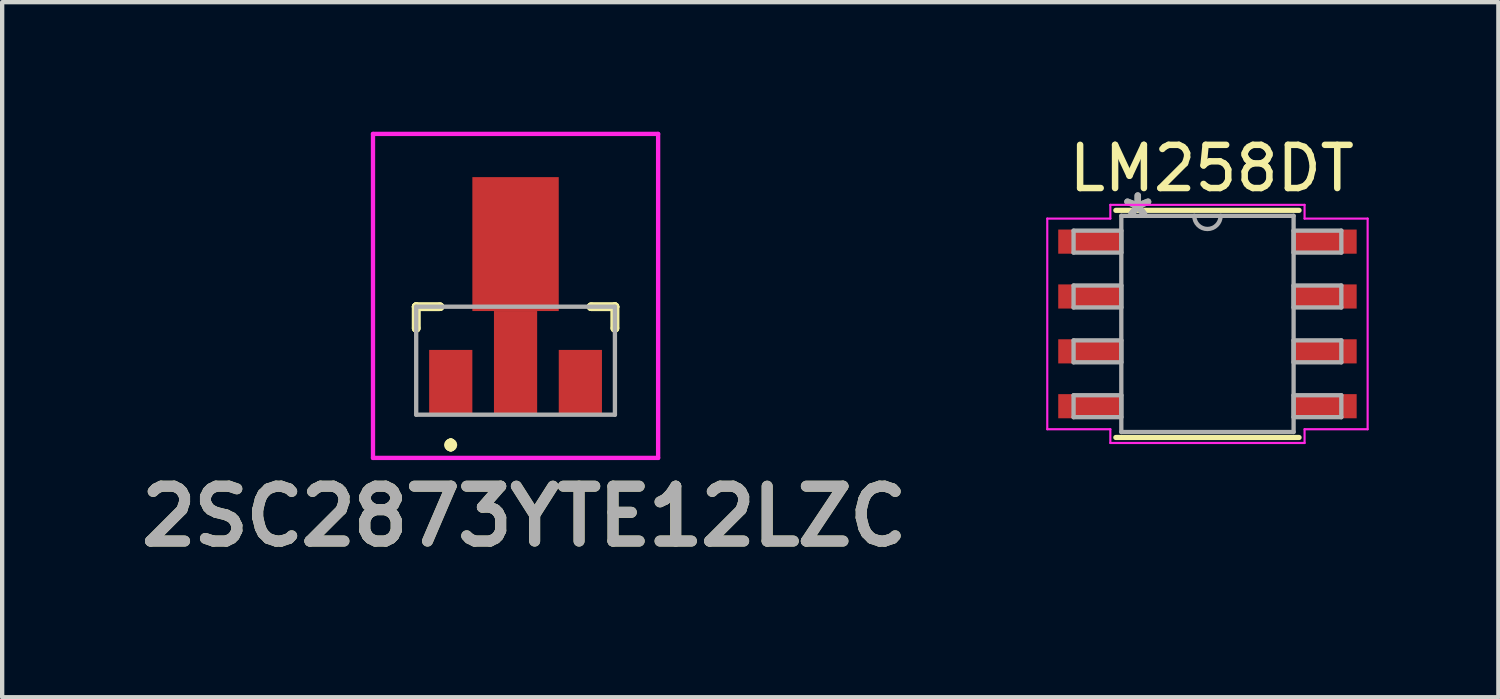
<source format=kicad_pcb>
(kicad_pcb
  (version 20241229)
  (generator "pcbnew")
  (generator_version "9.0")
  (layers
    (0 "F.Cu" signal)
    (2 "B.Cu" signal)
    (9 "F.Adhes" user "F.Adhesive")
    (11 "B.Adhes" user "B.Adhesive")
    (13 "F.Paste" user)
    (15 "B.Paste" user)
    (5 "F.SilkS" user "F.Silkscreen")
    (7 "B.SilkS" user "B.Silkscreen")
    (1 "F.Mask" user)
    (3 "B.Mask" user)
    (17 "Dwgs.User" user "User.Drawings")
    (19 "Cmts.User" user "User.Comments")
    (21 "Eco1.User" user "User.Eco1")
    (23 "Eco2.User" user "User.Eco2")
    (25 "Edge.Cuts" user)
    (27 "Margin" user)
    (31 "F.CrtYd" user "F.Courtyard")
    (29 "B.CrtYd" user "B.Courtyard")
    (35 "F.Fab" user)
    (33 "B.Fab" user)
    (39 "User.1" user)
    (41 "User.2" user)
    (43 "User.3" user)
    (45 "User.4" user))
  (footprint "LM258DT"
    (layer "F.Cu")
    (at 24.9 4.448)
    (property "Reference" "LM258DT" (at 0.1 -3.6 0) (layer "F.SilkS") (effects (font (size 1 1) (thickness 0.15))))
    (attr through_hole)
    (fp_line (start -2.121 2.629) (end 2.121 2.629) (stroke (width 0.12) (type solid)) (layer "F.SilkS"))
    (fp_line (start 2.121 -2.629) (end -2.121 -2.629) (stroke (width 0.12) (type solid)) (layer "F.SilkS"))
    (fp_line (start -3.708 -2.438) (end -2.248 -2.438) (stroke (width 0.05) (type solid)) (layer "F.CrtYd"))
    (fp_line (start -3.708 2.438) (end -3.708 -2.438) (stroke (width 0.05) (type solid)) (layer "F.CrtYd"))
    (fp_line (start -2.248 -2.756) (end 2.248 -2.756) (stroke (width 0.05) (type solid)) (layer "F.CrtYd"))
    (fp_line (start -2.248 -2.438) (end -2.248 -2.756) (stroke (width 0.05) (type solid)) (layer "F.CrtYd"))
    (fp_line (start -2.248 2.438) (end -3.708 2.438) (stroke (width 0.05) (type solid)) (layer "F.CrtYd"))
    (fp_line (start -2.248 2.756) (end -2.248 2.438) (stroke (width 0.05) (type solid)) (layer "F.CrtYd"))
    (fp_line (start 2.248 -2.756) (end 2.248 -2.438) (stroke (width 0.05) (type solid)) (layer "F.CrtYd"))
    (fp_line (start 2.248 -2.438) (end 3.708 -2.438) (stroke (width 0.05) (type solid)) (layer "F.CrtYd"))
    (fp_line (start 2.248 2.438) (end 2.248 2.756) (stroke (width 0.05) (type solid)) (layer "F.CrtYd"))
    (fp_line (start 2.248 2.756) (end -2.248 2.756) (stroke (width 0.05) (type solid)) (layer "F.CrtYd"))
    (fp_line (start 3.708 -2.438) (end 3.708 2.438) (stroke (width 0.05) (type solid)) (layer "F.CrtYd"))
    (fp_line (start 3.708 2.438) (end 2.248 2.438) (stroke (width 0.05) (type solid)) (layer "F.CrtYd"))
    (fp_line (start -3.099 -2.159) (end -3.099 -1.651) (stroke (width 0.1) (type solid)) (layer "F.Fab"))
    (fp_line (start -3.099 -1.651) (end -1.994 -1.651) (stroke (width 0.1) (type solid)) (layer "F.Fab"))
    (fp_line (start -3.099 -0.889) (end -3.099 -0.381) (stroke (width 0.1) (type solid)) (layer "F.Fab"))
    (fp_line (start -3.099 -0.381) (end -1.994 -0.381) (stroke (width 0.1) (type solid)) (layer "F.Fab"))
    (fp_line (start -3.099 0.381) (end -3.099 0.889) (stroke (width 0.1) (type solid)) (layer "F.Fab"))
    (fp_line (start -3.099 0.889) (end -1.994 0.889) (stroke (width 0.1) (type solid)) (layer "F.Fab"))
    (fp_line (start -3.099 1.651) (end -3.099 2.159) (stroke (width 0.1) (type solid)) (layer "F.Fab"))
    (fp_line (start -3.099 2.159) (end -1.994 2.159) (stroke (width 0.1) (type solid)) (layer "F.Fab"))
    (fp_line (start -1.994 -2.502) (end -1.994 2.502) (stroke (width 0.1) (type solid)) (layer "F.Fab"))
    (fp_line (start -1.994 -2.159) (end -3.099 -2.159) (stroke (width 0.1) (type solid)) (layer "F.Fab"))
    (fp_line (start -1.994 -1.651) (end -1.994 -2.159) (stroke (width 0.1) (type solid)) (layer "F.Fab"))
    (fp_line (start -1.994 -0.889) (end -3.099 -0.889) (stroke (width 0.1) (type solid)) (layer "F.Fab"))
    (fp_line (start -1.994 -0.381) (end -1.994 -0.889) (stroke (width 0.1) (type solid)) (layer "F.Fab"))
    (fp_line (start -1.994 0.381) (end -3.099 0.381) (stroke (width 0.1) (type solid)) (layer "F.Fab"))
    (fp_line (start -1.994 0.889) (end -1.994 0.381) (stroke (width 0.1) (type solid)) (layer "F.Fab"))
    (fp_line (start -1.994 1.651) (end -3.099 1.651) (stroke (width 0.1) (type solid)) (layer "F.Fab"))
    (fp_line (start -1.994 2.159) (end -1.994 1.651) (stroke (width 0.1) (type solid)) (layer "F.Fab"))
    (fp_line (start -1.994 2.502) (end 1.994 2.502) (stroke (width 0.1) (type solid)) (layer "F.Fab"))
    (fp_line (start 1.994 -2.502) (end -1.994 -2.502) (stroke (width 0.1) (type solid)) (layer "F.Fab"))
    (fp_line (start 1.994 -2.159) (end 1.994 -1.651) (stroke (width 0.1) (type solid)) (layer "F.Fab"))
    (fp_line (start 1.994 -1.651) (end 3.099 -1.651) (stroke (width 0.1) (type solid)) (layer "F.Fab"))
    (fp_line (start 1.994 -0.889) (end 1.994 -0.381) (stroke (width 0.1) (type solid)) (layer "F.Fab"))
    (fp_line (start 1.994 -0.381) (end 3.099 -0.381) (stroke (width 0.1) (type solid)) (layer "F.Fab"))
    (fp_line (start 1.994 0.381) (end 1.994 0.889) (stroke (width 0.1) (type solid)) (layer "F.Fab"))
    (fp_line (start 1.994 0.889) (end 3.099 0.889) (stroke (width 0.1) (type solid)) (layer "F.Fab"))
    (fp_line (start 1.994 1.651) (end 1.994 2.159) (stroke (width 0.1) (type solid)) (layer "F.Fab"))
    (fp_line (start 1.994 2.159) (end 3.099 2.159) (stroke (width 0.1) (type solid)) (layer "F.Fab"))
    (fp_line (start 1.994 2.502) (end 1.994 -2.502) (stroke (width 0.1) (type solid)) (layer "F.Fab"))
    (fp_line (start 3.099 -2.159) (end 1.994 -2.159) (stroke (width 0.1) (type solid)) (layer "F.Fab"))
    (fp_line (start 3.099 -1.651) (end 3.099 -2.159) (stroke (width 0.1) (type solid)) (layer "F.Fab"))
    (fp_line (start 3.099 -0.889) (end 1.994 -0.889) (stroke (width 0.1) (type solid)) (layer "F.Fab"))
    (fp_line (start 3.099 -0.381) (end 3.099 -0.889) (stroke (width 0.1) (type solid)) (layer "F.Fab"))
    (fp_line (start 3.099 0.381) (end 1.994 0.381) (stroke (width 0.1) (type solid)) (layer "F.Fab"))
    (fp_line (start 3.099 0.889) (end 3.099 0.381) (stroke (width 0.1) (type solid)) (layer "F.Fab"))
    (fp_line (start 3.099 1.651) (end 1.994 1.651) (stroke (width 0.1) (type solid)) (layer "F.Fab"))
    (fp_line (start 3.099 2.159) (end 3.099 1.651) (stroke (width 0.1) (type solid)) (layer "F.Fab"))
    (fp_arc (start 0.3048 -2.5019) (mid 0 -2.1971) (end -0.3048 -2.5019) (stroke (width 0.1) (type solid)) (layer "F.Fab"))
    (fp_text user "*" (at -1.613 -2.426 0) (layer "F.Fab") (effects (font (size 1 1) (thickness 0.15))))
    (fp_text user "*" (at -1.613 -2.426 0) (layer "F.Fab") (effects (font (size 1 1) (thickness 0.15))))
    (pad "1" smd rect (at -2.724 -1.905) (size 1.46 0.559) (layers "F.Cu" "F.Mask" "F.Paste"))
    (pad "2" smd rect (at -2.724 -0.635) (size 1.46 0.559) (layers "F.Cu" "F.Mask" "F.Paste"))
    (pad "3" smd rect (at -2.724 0.635) (size 1.46 0.559) (layers "F.Cu" "F.Mask" "F.Paste"))
    (pad "4" smd rect (at -2.724 1.905) (size 1.46 0.559) (layers "F.Cu" "F.Mask" "F.Paste"))
    (pad "5" smd rect (at 2.724 1.905) (size 1.46 0.559) (layers "F.Cu" "F.Mask" "F.Paste"))
    (pad "6" smd rect (at 2.724 0.635) (size 1.46 0.559) (layers "F.Cu" "F.Mask" "F.Paste"))
    (pad "7" smd rect (at 2.724 -0.635) (size 1.46 0.559) (layers "F.Cu" "F.Mask" "F.Paste"))
    (pad "8" smd rect (at 2.724 -1.905) (size 1.46 0.559) (layers "F.Cu" "F.Mask" "F.Paste")))
  (footprint "2SC2873YTE12LZC"
    (layer "F.Cu")
    (at 8.884 5.3)
    (property "Reference" "2SC2873YTE12LZC" (at 0.2 3.6 0) (layer "F.SilkS") (effects (font (size 1.27 1.27) (thickness 0.254))))
    (attr smd)
    (fp_line (start -2.3 -1.25) (end -2.3 -1.25) (stroke (width 0.2) (type solid)) (layer "F.SilkS"))
    (fp_line (start -2.3 -1.25) (end -2.3 -1.25) (stroke (width 0.2) (type solid)) (layer "F.SilkS"))
    (fp_line (start -2.3 -1.25) (end -2.3 -0.75) (stroke (width 0.2) (type solid)) (layer "F.SilkS"))
    (fp_line (start -2.3 -1.25) (end -1.75 -1.25) (stroke (width 0.2) (type solid)) (layer "F.SilkS"))
    (fp_line (start -2.3 -0.75) (end -2.3 -1.25) (stroke (width 0.2) (type solid)) (layer "F.SilkS"))
    (fp_line (start -2.3 -0.75) (end -2.3 -0.75) (stroke (width 0.2) (type solid)) (layer "F.SilkS"))
    (fp_line (start -1.75 -1.25) (end -2.3 -1.25) (stroke (width 0.2) (type solid)) (layer "F.SilkS"))
    (fp_line (start -1.75 -1.25) (end -1.75 -1.25) (stroke (width 0.2) (type solid)) (layer "F.SilkS"))
    (fp_line (start -1.5 1.9) (end -1.5 1.9) (stroke (width 0.2) (type solid)) (layer "F.SilkS"))
    (fp_line (start -1.5 1.9) (end -1.5 1.9) (stroke (width 0.2) (type solid)) (layer "F.SilkS"))
    (fp_line (start -1.5 2) (end -1.5 2) (stroke (width 0.2) (type solid)) (layer "F.SilkS"))
    (fp_line (start 1.75 -1.25) (end 1.75 -1.25) (stroke (width 0.2) (type solid)) (layer "F.SilkS"))
    (fp_line (start 1.75 -1.25) (end 2.3 -1.25) (stroke (width 0.2) (type solid)) (layer "F.SilkS"))
    (fp_line (start 2.3 -1.25) (end 1.75 -1.25) (stroke (width 0.2) (type solid)) (layer "F.SilkS"))
    (fp_line (start 2.3 -1.25) (end 2.3 -1.25) (stroke (width 0.2) (type solid)) (layer "F.SilkS"))
    (fp_line (start 2.3 -1.25) (end 2.3 -1.25) (stroke (width 0.2) (type solid)) (layer "F.SilkS"))
    (fp_line (start 2.3 -1.25) (end 2.3 -0.75) (stroke (width 0.2) (type solid)) (layer "F.SilkS"))
    (fp_line (start 2.3 -0.75) (end 2.3 -1.25) (stroke (width 0.2) (type solid)) (layer "F.SilkS"))
    (fp_line (start 2.3 -0.75) (end 2.3 -0.75) (stroke (width 0.2) (type solid)) (layer "F.SilkS"))
    (fp_arc (start -1.5 1.9) (mid -1.45 1.95) (end -1.5 2) (stroke (width 0.2) (type solid)) (layer "F.SilkS"))
    (fp_arc (start -1.5 2) (mid -1.55 1.95) (end -1.5 1.9) (stroke (width 0.2) (type solid)) (layer "F.SilkS"))
    (fp_arc (start -1.5 2) (mid -1.55 1.95) (end -1.5 1.9) (stroke (width 0.2) (type solid)) (layer "F.SilkS"))
    (fp_line (start -3.3 -5.25) (end 3.3 -5.25) (stroke (width 0.1) (type solid)) (layer "F.CrtYd"))
    (fp_line (start -3.3 2.25) (end -3.3 -5.25) (stroke (width 0.1) (type solid)) (layer "F.CrtYd"))
    (fp_line (start 3.3 -5.25) (end 3.3 2.25) (stroke (width 0.1) (type solid)) (layer "F.CrtYd"))
    (fp_line (start 3.3 2.25) (end -3.3 2.25) (stroke (width 0.1) (type solid)) (layer "F.CrtYd"))
    (fp_line (start -2.3 -1.25) (end -2.3 1.25) (stroke (width 0.1) (type solid)) (layer "F.Fab"))
    (fp_line (start -2.3 1.25) (end 2.3 1.25) (stroke (width 0.1) (type solid)) (layer "F.Fab"))
    (fp_line (start 2.3 -1.25) (end -2.3 -1.25) (stroke (width 0.1) (type solid)) (layer "F.Fab"))
    (fp_line (start 2.3 1.25) (end 2.3 -1.25) (stroke (width 0.1) (type solid)) (layer "F.Fab"))
    (fp_text user "${REFERENCE}" (at 0.2 3.6 0) (layer "F.Fab") (effects (font (size 1.27 1.27) (thickness 0.254))))
    (pad "1" smd rect (at -1.5 0.5) (size 1 1.5) (layers "F.Cu" "F.Mask" "F.Paste"))
    (pad "2" smd rect (at 0 0.05) (size 1 2.4) (layers "F.Cu" "F.Mask" "F.Paste"))
    (pad "3" smd rect (at 1.5 0.5) (size 1 1.5) (layers "F.Cu" "F.Mask" "F.Paste"))
    (pad "4" smd rect (at 0 -2.7) (size 2 3.1) (layers "F.Cu" "F.Mask" "F.Paste")))
  (gr_rect
    (start -3 -3)
    (end 31.634 13.089)
    (stroke (width 0.1) (type default))
    (fill no)
    (layer "Edge.Cuts")))
</source>
